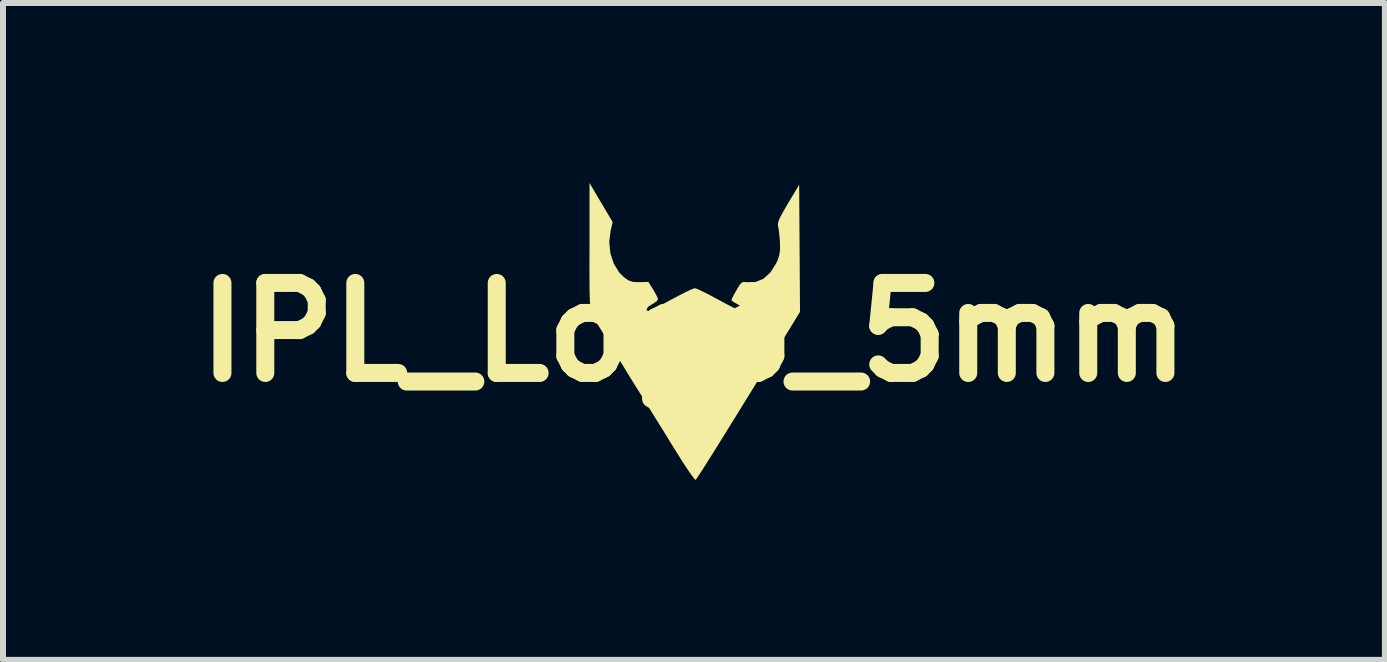
<source format=kicad_pcb>
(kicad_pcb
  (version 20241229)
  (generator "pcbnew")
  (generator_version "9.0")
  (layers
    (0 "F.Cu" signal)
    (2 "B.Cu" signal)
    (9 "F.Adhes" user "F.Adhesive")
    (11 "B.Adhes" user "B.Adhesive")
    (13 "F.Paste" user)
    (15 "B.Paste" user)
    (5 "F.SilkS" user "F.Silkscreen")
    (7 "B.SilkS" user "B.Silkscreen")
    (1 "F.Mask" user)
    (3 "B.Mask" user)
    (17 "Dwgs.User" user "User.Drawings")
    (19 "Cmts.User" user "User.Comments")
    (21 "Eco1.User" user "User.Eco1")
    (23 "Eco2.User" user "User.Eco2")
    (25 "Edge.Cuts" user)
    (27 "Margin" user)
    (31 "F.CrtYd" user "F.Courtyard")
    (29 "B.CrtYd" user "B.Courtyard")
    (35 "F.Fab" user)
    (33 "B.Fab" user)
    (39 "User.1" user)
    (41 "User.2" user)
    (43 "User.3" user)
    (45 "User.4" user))
  (footprint "IPL_Logo_5mm"
    (layer "F.Cu")
    (at 8.514 2.487)
    (property "Reference" "IPL_Logo_5mm" (at 0 0 0) (layer "F.SilkS") (effects (font (size 1.5 1.5) (thickness 0.3))))
    (attr board_only exclude_from_pos_files exclude_from_bom)
    (fp_poly (pts (xy -1.547 -2.161) (xy -1.354 -1.836) (xy -1.388 -1.695) (xy -1.411 -1.505) (xy -1.392 -1.317) (xy -1.335 -1.143) (xy -1.244 -0.995) (xy -1.162 -0.914) (xy -1.09 -0.864) (xy -1.022 -0.84) (xy -0.933 -0.835) (xy -0.909 -0.835) (xy -0.759 -0.839) (xy -0.679 -0.712) (xy -0.635 -0.635) (xy -0.605 -0.574) (xy -0.599 -0.55) (xy -0.621 -0.517) (xy -0.676 -0.479) (xy -0.693 -0.47) (xy -0.754 -0.432) (xy -0.786 -0.392) (xy -0.785 -0.362) (xy -0.757 -0.354) (xy -0.723 -0.366) (xy -0.651 -0.4) (xy -0.549 -0.452) (xy -0.429 -0.516) (xy -0.377 -0.544) (xy -0.25 -0.612) (xy -0.137 -0.669) (xy -0.049 -0.711) (xy 0.006 -0.732) (xy 0.016 -0.734) (xy 0.055 -0.722) (xy 0.131 -0.687) (xy 0.235 -0.635) (xy 0.357 -0.57) (xy 0.406 -0.544) (xy 0.531 -0.476) (xy 0.641 -0.419) (xy 0.725 -0.377) (xy 0.775 -0.356) (xy 0.784 -0.354) (xy 0.816 -0.367) (xy 0.809 -0.4) (xy 0.77 -0.44) (xy 0.721 -0.47) (xy 0.66 -0.504) (xy 0.627 -0.532) (xy 0.626 -0.537) (xy 0.638 -0.57) (xy 0.671 -0.634) (xy 0.71 -0.703) (xy 0.758 -0.783) (xy 0.793 -0.825) (xy 0.829 -0.839) (xy 0.88 -0.835) (xy 0.885 -0.835) (xy 1.027 -0.837) (xy 1.157 -0.891) (xy 1.272 -0.994) (xy 1.368 -1.143) (xy 1.392 -1.194) (xy 1.423 -1.285) (xy 1.436 -1.382) (xy 1.433 -1.507) (xy 1.433 -1.509) (xy 1.424 -1.616) (xy 1.413 -1.711) (xy 1.402 -1.769) (xy 1.399 -1.807) (xy 1.412 -1.859) (xy 1.445 -1.932) (xy 1.502 -2.035) (xy 1.568 -2.148) (xy 1.754 -2.458) (xy 1.761 -1.399) (xy 1.768 -0.34) (xy 1.568 -0.014) (xy 1.312 0.404) (xy 1.077 0.786) (xy 0.864 1.132) (xy 0.673 1.441) (xy 0.505 1.712) (xy 0.362 1.943) (xy 0.242 2.133) (xy 0.149 2.281) (xy 0.081 2.385) (xy 0.04 2.445) (xy 0.028 2.461) (xy 0.008 2.443) (xy -0.036 2.386) (xy -0.099 2.296) (xy -0.175 2.181) (xy -0.26 2.046) (xy -0.26 2.046) (xy -0.361 1.884) (xy -0.467 1.712) (xy -0.569 1.547) (xy -0.658 1.404) (xy -0.702 1.333) (xy -0.776 1.212) (xy -0.846 1.099) (xy -0.904 1.007) (xy -0.939 0.952) (xy -0.973 0.898) (xy -1.029 0.807) (xy -1.102 0.689) (xy -1.185 0.552) (xy -1.265 0.422) (xy -1.353 0.277) (xy -1.435 0.142) (xy -1.507 0.025) (xy -1.561 -0.062) (xy -1.59 -0.109) (xy -1.627 -0.167) (xy -1.658 -0.216) (xy -1.683 -0.261) (xy -1.702 -0.309) (xy -1.717 -0.364) (xy -1.727 -0.434) (xy -1.734 -0.524) (xy -1.738 -0.64) (xy -1.74 -0.787) (xy -1.741 -0.973) (xy -1.741 -1.202) (xy -1.74 -1.419) (xy -1.74 -2.487)) (stroke (width 0) (type solid)) (fill yes) (layer "F.SilkS")))
  (gr_rect
    (start -3 -3)
    (end 20.029 7.947)
    (stroke (width 0.1) (type default))
    (fill no)
    (layer "Edge.Cuts")))
</source>
